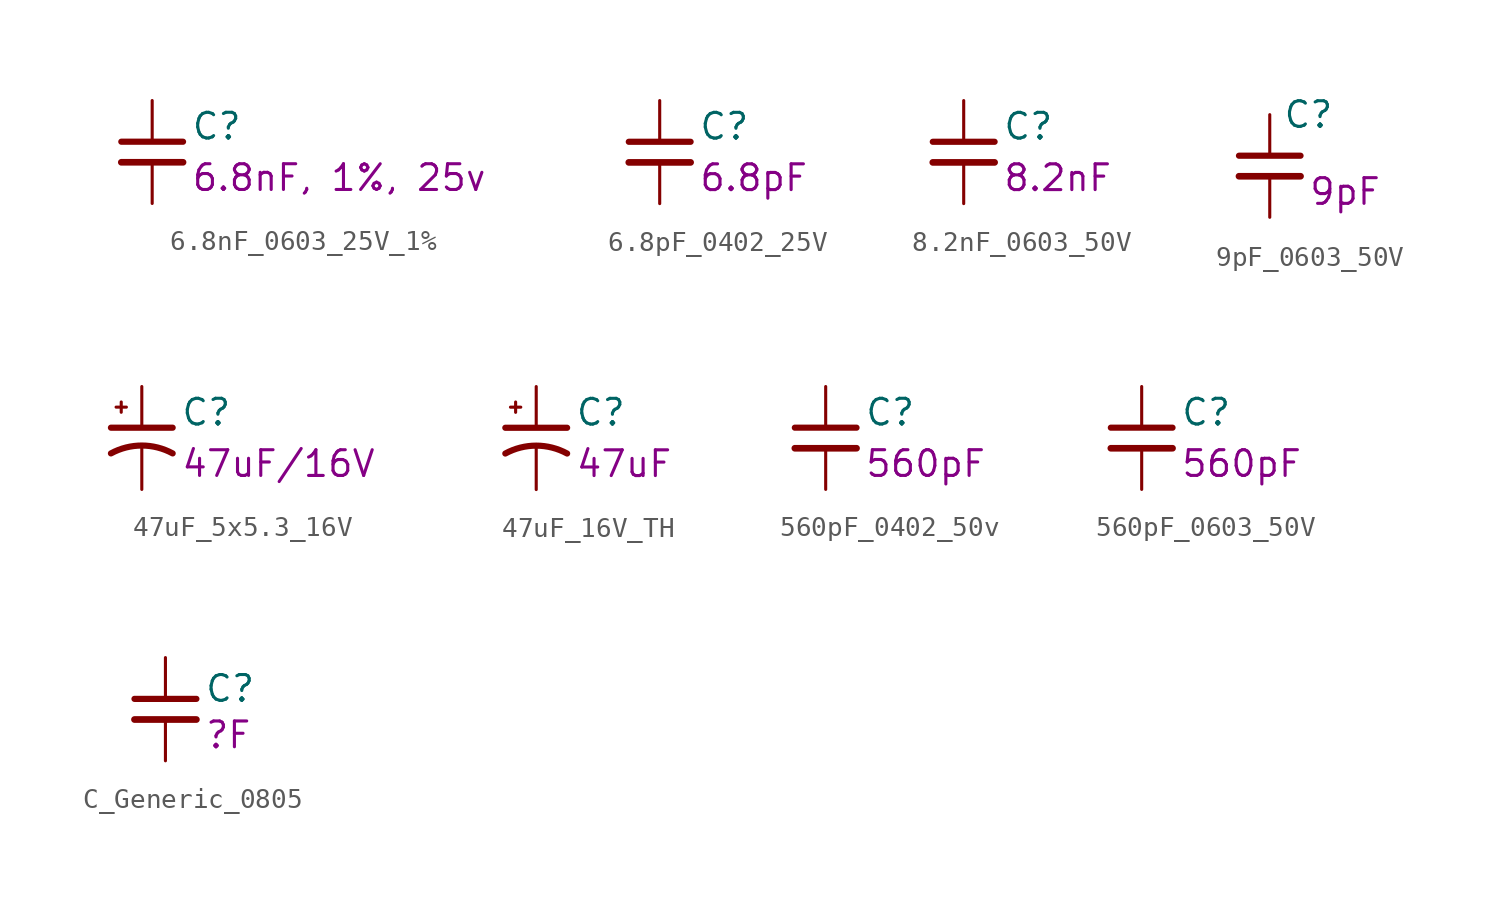
<source format=kicad_sym>
(kicad_symbol_lib
  (version 20211014)
  (generator kicad_symbol_editor)
  (symbol "6.8nF_0603_25V_1%"
    (pin_numbers hide)
    (pin_names
      (offset 0.254) hide)
    (property "Reference" "C"
      (at 1.905 1.27 0)
      (effects (font (size 1.27 1.27)) (justify left)))
    (property "Display" "6.8nF, 1%, 25v"
      (at 1.905 -1.27 0)
      (effects (font (size 1.27 1.27)) (justify left)))
    (symbol "6.8nF_0603_25V_1%_0_1"
      (polyline (pts (xy -1.524 -0.508) (xy 1.524 -0.508)) (stroke (width 0.33) (type default) (color 0 0 0 0)) (fill (type none)))
      (polyline (pts (xy -1.524 0.508) (xy 1.524 0.508)) (stroke (width 0.305) (type default) (color 0 0 0 0)) (fill (type none))))
    (symbol "6.8nF_0603_25V_1%_1_1"
      (pin passive line (at 0 2.54 270) (length 2.032) (name "~" (effects (font (size 1.27 1.27)))) (number "1" (effects (font (size 1.27 1.27)))))
      (pin passive line (at 0 -2.54 90) (length 2.032) (name "~" (effects (font (size 1.27 1.27)))) (number "2" (effects (font (size 1.27 1.27)))))))
  (symbol "6.8pF_0402_25V"
    (pin_numbers hide)
    (pin_names
      (offset 0.254) hide)
    (property "Reference" "C"
      (at 1.905 1.27 0)
      (effects (font (size 1.27 1.27)) (justify left)))
    (property "Display" "6.8pF"
      (at 1.905 -1.27 0)
      (effects (font (size 1.27 1.27)) (justify left)))
    (symbol "6.8pF_0402_25V_0_1"
      (polyline (pts (xy -1.524 -0.508) (xy 1.524 -0.508)) (stroke (width 0.33) (type default) (color 0 0 0 0)) (fill (type none)))
      (polyline (pts (xy -1.524 0.508) (xy 1.524 0.508)) (stroke (width 0.305) (type default) (color 0 0 0 0)) (fill (type none))))
    (symbol "6.8pF_0402_25V_1_1"
      (pin passive line (at 0 2.54 270) (length 2.032) (name "~" (effects (font (size 1.27 1.27)))) (number "1" (effects (font (size 1.27 1.27)))))
      (pin passive line (at 0 -2.54 90) (length 2.032) (name "~" (effects (font (size 1.27 1.27)))) (number "2" (effects (font (size 1.27 1.27)))))))
  (symbol "8.2nF_0603_50V"
    (pin_numbers hide)
    (pin_names
      (offset 0.254))
    (property "Reference" "C"
      (at 1.905 1.27 0)
      (effects (font (size 1.27 1.27)) (justify left)))
    (property "Display" "8.2nF"
      (at 1.905 -1.27 0)
      (effects (font (size 1.27 1.27)) (justify left)))
    (symbol "8.2nF_0603_50V_1_1"
      (polyline (pts (xy -1.524 -0.508) (xy 1.524 -0.508)) (stroke (width 0.33) (type default) (color 0 0 0 0)) (fill (type none)))
      (polyline (pts (xy -1.524 0.508) (xy 1.524 0.508)) (stroke (width 0.305) (type default) (color 0 0 0 0)) (fill (type none)))
      (pin passive line (at 0 2.54 270) (length 2.032) (name "~" (effects (font (size 1.27 1.27)))) (number "1" (effects (font (size 1.27 1.27)))))
      (pin passive line (at 0 -2.54 90) (length 2.032) (name "~" (effects (font (size 1.27 1.27)))) (number "2" (effects (font (size 1.27 1.27)))))))
  (symbol "9pF_0603_50V"
    (pin_numbers hide)
    (pin_names
      (offset 0.254))
    (property "Reference" "C"
      (at 0.635 2.54 0)
      (effects (font (size 1.27 1.27)) (justify left)))
    (property "Display" "9pF"
      (at 1.905 -1.27 0)
      (effects (font (size 1.27 1.27)) (justify left)))
    (symbol "9pF_0603_50V_1_1"
      (polyline (pts (xy -1.524 -0.508) (xy 1.524 -0.508)) (stroke (width 0.33) (type default) (color 0 0 0 0)) (fill (type none)))
      (polyline (pts (xy -1.524 0.508) (xy 1.524 0.508)) (stroke (width 0.305) (type default) (color 0 0 0 0)) (fill (type none)))
      (pin passive line (at 0 2.54 270) (length 2.032) (name "~" (effects (font (size 1.27 1.27)))) (number "1" (effects (font (size 1.27 1.27)))))
      (pin passive line (at 0 -2.54 90) (length 2.032) (name "~" (effects (font (size 1.27 1.27)))) (number "2" (effects (font (size 1.27 1.27)))))))
  (symbol "47uF_5x5.3_16V"
    (pin_numbers hide)
    (pin_names
      (offset 0.254) hide)
    (property "Reference" "C"
      (at 1.905 1.27 0)
      (effects (font (size 1.27 1.27)) (justify left)))
    (property "Display" "47uF/16V"
      (at 1.905 -1.27 0)
      (effects (font (size 1.27 1.27)) (justify left)))
    (symbol "47uF_5x5.3_16V_0_1"
      (polyline (pts (xy -1.524 0.508) (xy 1.524 0.508)) (stroke (width 0.305) (type default) (color 0 0 0 0)) (fill (type none)))
      (polyline (pts (xy -1.27 1.524) (xy -0.762 1.524)) (stroke (width 0) (type default) (color 0 0 0 0)) (fill (type none)))
      (polyline (pts (xy -1.016 1.27) (xy -1.016 1.778)) (stroke (width 0) (type default) (color 0 0 0 0)) (fill (type none)))
      (arc (start 1.524 -0.762) (mid 0 -0.3734) (end -1.524 -0.762) (stroke (width 0.3048) (type default) (color 0 0 0 0)) (fill (type none))))
    (symbol "47uF_5x5.3_16V_1_1"
      (pin passive line (at 0 2.54 270) (length 2.032) (name "~" (effects (font (size 1.27 1.27)))) (number "1" (effects (font (size 1.27 1.27)))))
      (pin passive line (at 0 -2.54 90) (length 2.032) (name "~" (effects (font (size 1.27 1.27)))) (number "2" (effects (font (size 1.27 1.27)))))))
  (symbol "47uF_16V_TH"
    (pin_numbers hide)
    (pin_names
      (offset 0.254) hide)
    (property "Reference" "C"
      (at 1.905 1.27 0)
      (effects (font (size 1.27 1.27)) (justify left)))
    (property "Display" "47uF"
      (at 1.905 -1.27 0)
      (effects (font (size 1.27 1.27)) (justify left)))
    (symbol "47uF_16V_TH_0_1"
      (polyline (pts (xy -1.524 0.508) (xy 1.524 0.508)) (stroke (width 0.305) (type default) (color 0 0 0 0)) (fill (type none)))
      (polyline (pts (xy -1.27 1.524) (xy -0.762 1.524)) (stroke (width 0) (type default) (color 0 0 0 0)) (fill (type none)))
      (polyline (pts (xy -1.016 1.27) (xy -1.016 1.778)) (stroke (width 0) (type default) (color 0 0 0 0)) (fill (type none)))
      (arc (start 1.524 -0.762) (mid 0 -0.3734) (end -1.524 -0.762) (stroke (width 0.3048) (type default) (color 0 0 0 0)) (fill (type none))))
    (symbol "47uF_16V_TH_1_1"
      (pin passive line (at 0 2.54 270) (length 2.032) (name "~" (effects (font (size 1.27 1.27)))) (number "1" (effects (font (size 1.27 1.27)))))
      (pin passive line (at 0 -2.54 90) (length 2.032) (name "~" (effects (font (size 1.27 1.27)))) (number "2" (effects (font (size 1.27 1.27)))))))
  (symbol "560pF_0402_50v"
    (pin_numbers hide)
    (pin_names
      (offset 0.254) hide)
    (property "Reference" "C"
      (at 1.905 1.27 0)
      (effects (font (size 1.27 1.27)) (justify left)))
    (property "Display" "560pF"
      (at 1.905 -1.27 0)
      (effects (font (size 1.27 1.27)) (justify left)))
    (symbol "560pF_0402_50v_0_1"
      (polyline (pts (xy -1.524 -0.508) (xy 1.524 -0.508)) (stroke (width 0.33) (type default) (color 0 0 0 0)) (fill (type none)))
      (polyline (pts (xy -1.524 0.508) (xy 1.524 0.508)) (stroke (width 0.305) (type default) (color 0 0 0 0)) (fill (type none))))
    (symbol "560pF_0402_50v_1_1"
      (pin passive line (at 0 2.54 270) (length 2.032) (name "~" (effects (font (size 1.27 1.27)))) (number "1" (effects (font (size 1.27 1.27)))))
      (pin passive line (at 0 -2.54 90) (length 2.032) (name "~" (effects (font (size 1.27 1.27)))) (number "2" (effects (font (size 1.27 1.27)))))))
  (symbol "560pF_0603_50V"
    (pin_numbers hide)
    (pin_names
      (offset 0.254) hide)
    (property "Reference" "C"
      (at 1.905 1.27 0)
      (effects (font (size 1.27 1.27)) (justify left)))
    (property "Display" "560pF"
      (at 1.905 -1.27 0)
      (effects (font (size 1.27 1.27)) (justify left)))
    (symbol "560pF_0603_50V_0_1"
      (polyline (pts (xy -1.524 -0.508) (xy 1.524 -0.508)) (stroke (width 0.33) (type default) (color 0 0 0 0)) (fill (type none)))
      (polyline (pts (xy -1.524 0.508) (xy 1.524 0.508)) (stroke (width 0.305) (type default) (color 0 0 0 0)) (fill (type none))))
    (symbol "560pF_0603_50V_1_1"
      (pin passive line (at 0 2.54 270) (length 2.032) (name "~" (effects (font (size 1.27 1.27)))) (number "1" (effects (font (size 1.27 1.27)))))
      (pin passive line (at 0 -2.54 90) (length 2.032) (name "~" (effects (font (size 1.27 1.27)))) (number "2" (effects (font (size 1.27 1.27)))))))
  (symbol "C_Generic_0805"
    (pin_numbers hide)
    (pin_names
      (offset 0.254) hide)
    (property "Reference" "C"
      (at 1.905 1.016 0)
      (effects (font (size 1.27 1.27)) (justify left)))
    (property "Display" "?F"
      (at 1.905 -1.27 0)
      (effects (font (size 1.27 1.27)) (justify left)))
    (symbol "C_Generic_0805_0_1"
      (polyline (pts (xy -1.524 -0.508) (xy 1.524 -0.508)) (stroke (width 0.33) (type default) (color 0 0 0 0)) (fill (type none)))
      (polyline (pts (xy -1.524 0.508) (xy 1.524 0.508)) (stroke (width 0.305) (type default) (color 0 0 0 0)) (fill (type none))))
    (symbol "C_Generic_0805_1_1"
      (pin passive line (at 0 2.54 270) (length 2.032) (name "~" (effects (font (size 1.27 1.27)))) (number "1" (effects (font (size 1.27 1.27)))))
      (pin passive line (at 0 -2.54 90) (length 2.032) (name "~" (effects (font (size 1.27 1.27)))) (number "2" (effects (font (size 1.27 1.27))))))))
</source>
